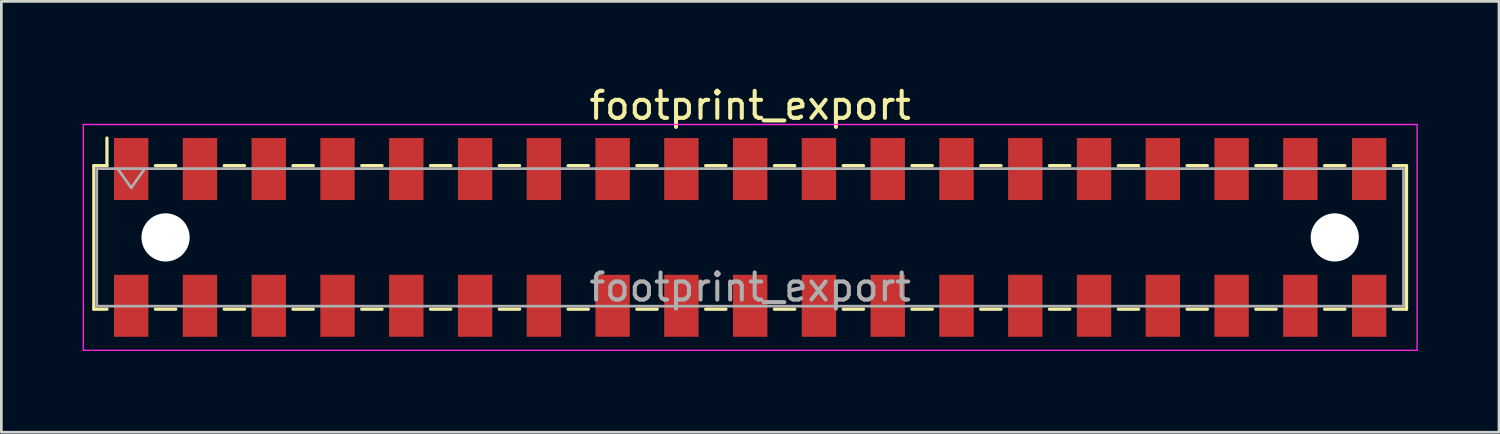
<source format=kicad_pcb>
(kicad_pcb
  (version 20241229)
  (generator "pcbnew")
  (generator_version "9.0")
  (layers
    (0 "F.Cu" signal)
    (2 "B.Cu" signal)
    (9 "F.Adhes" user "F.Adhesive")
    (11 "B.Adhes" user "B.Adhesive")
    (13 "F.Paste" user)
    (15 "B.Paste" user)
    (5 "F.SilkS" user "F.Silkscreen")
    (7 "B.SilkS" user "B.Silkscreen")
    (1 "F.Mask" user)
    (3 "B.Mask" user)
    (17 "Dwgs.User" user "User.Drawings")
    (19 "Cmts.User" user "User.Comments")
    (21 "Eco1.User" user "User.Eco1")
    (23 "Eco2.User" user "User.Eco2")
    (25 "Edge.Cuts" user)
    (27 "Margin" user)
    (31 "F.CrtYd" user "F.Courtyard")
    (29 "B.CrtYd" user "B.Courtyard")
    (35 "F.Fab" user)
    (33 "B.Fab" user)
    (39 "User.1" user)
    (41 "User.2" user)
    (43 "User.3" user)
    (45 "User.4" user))
  (footprint "footprint_export"
    (layer "F.Cu")
    (at 24.655 5.718)
    (property "Reference" "footprint_export" (at 0 -4.87 0) (layer "F.SilkS") (effects (font (size 1 1) (thickness 0.15))))
    (attr smd)
    (fp_line (start -24.24 -2.65) (end -24.24 2.65) (stroke (width 0.12) (type solid)) (layer "F.SilkS"))
    (fp_line (start -24.24 2.65) (end -23.755 2.65) (stroke (width 0.12) (type solid)) (layer "F.SilkS"))
    (fp_line (start -23.755 -3.67) (end -23.755 -2.65) (stroke (width 0.12) (type solid)) (layer "F.SilkS"))
    (fp_line (start -23.755 -2.65) (end -24.24 -2.65) (stroke (width 0.12) (type solid)) (layer "F.SilkS"))
    (fp_line (start -21.965 -2.65) (end -21.215 -2.65) (stroke (width 0.12) (type solid)) (layer "F.SilkS"))
    (fp_line (start -21.965 2.65) (end -21.215 2.65) (stroke (width 0.12) (type solid)) (layer "F.SilkS"))
    (fp_line (start -19.425 -2.65) (end -18.675 -2.65) (stroke (width 0.12) (type solid)) (layer "F.SilkS"))
    (fp_line (start -19.425 2.65) (end -18.675 2.65) (stroke (width 0.12) (type solid)) (layer "F.SilkS"))
    (fp_line (start -16.885 -2.65) (end -16.135 -2.65) (stroke (width 0.12) (type solid)) (layer "F.SilkS"))
    (fp_line (start -16.885 2.65) (end -16.135 2.65) (stroke (width 0.12) (type solid)) (layer "F.SilkS"))
    (fp_line (start -14.345 -2.65) (end -13.595 -2.65) (stroke (width 0.12) (type solid)) (layer "F.SilkS"))
    (fp_line (start -14.345 2.65) (end -13.595 2.65) (stroke (width 0.12) (type solid)) (layer "F.SilkS"))
    (fp_line (start -11.805 -2.65) (end -11.055 -2.65) (stroke (width 0.12) (type solid)) (layer "F.SilkS"))
    (fp_line (start -11.805 2.65) (end -11.055 2.65) (stroke (width 0.12) (type solid)) (layer "F.SilkS"))
    (fp_line (start -9.265 -2.65) (end -8.515 -2.65) (stroke (width 0.12) (type solid)) (layer "F.SilkS"))
    (fp_line (start -9.265 2.65) (end -8.515 2.65) (stroke (width 0.12) (type solid)) (layer "F.SilkS"))
    (fp_line (start -6.725 -2.65) (end -5.975 -2.65) (stroke (width 0.12) (type solid)) (layer "F.SilkS"))
    (fp_line (start -6.725 2.65) (end -5.975 2.65) (stroke (width 0.12) (type solid)) (layer "F.SilkS"))
    (fp_line (start -4.185 -2.65) (end -3.435 -2.65) (stroke (width 0.12) (type solid)) (layer "F.SilkS"))
    (fp_line (start -4.185 2.65) (end -3.435 2.65) (stroke (width 0.12) (type solid)) (layer "F.SilkS"))
    (fp_line (start -1.645 -2.65) (end -0.895 -2.65) (stroke (width 0.12) (type solid)) (layer "F.SilkS"))
    (fp_line (start -1.645 2.65) (end -0.895 2.65) (stroke (width 0.12) (type solid)) (layer "F.SilkS"))
    (fp_line (start 0.895 -2.65) (end 1.645 -2.65) (stroke (width 0.12) (type solid)) (layer "F.SilkS"))
    (fp_line (start 0.895 2.65) (end 1.645 2.65) (stroke (width 0.12) (type solid)) (layer "F.SilkS"))
    (fp_line (start 3.435 -2.65) (end 4.185 -2.65) (stroke (width 0.12) (type solid)) (layer "F.SilkS"))
    (fp_line (start 3.435 2.65) (end 4.185 2.65) (stroke (width 0.12) (type solid)) (layer "F.SilkS"))
    (fp_line (start 5.975 -2.65) (end 6.725 -2.65) (stroke (width 0.12) (type solid)) (layer "F.SilkS"))
    (fp_line (start 5.975 2.65) (end 6.725 2.65) (stroke (width 0.12) (type solid)) (layer "F.SilkS"))
    (fp_line (start 8.515 -2.65) (end 9.265 -2.65) (stroke (width 0.12) (type solid)) (layer "F.SilkS"))
    (fp_line (start 8.515 2.65) (end 9.265 2.65) (stroke (width 0.12) (type solid)) (layer "F.SilkS"))
    (fp_line (start 11.055 -2.65) (end 11.805 -2.65) (stroke (width 0.12) (type solid)) (layer "F.SilkS"))
    (fp_line (start 11.055 2.65) (end 11.805 2.65) (stroke (width 0.12) (type solid)) (layer "F.SilkS"))
    (fp_line (start 13.595 -2.65) (end 14.345 -2.65) (stroke (width 0.12) (type solid)) (layer "F.SilkS"))
    (fp_line (start 13.595 2.65) (end 14.345 2.65) (stroke (width 0.12) (type solid)) (layer "F.SilkS"))
    (fp_line (start 16.135 -2.65) (end 16.885 -2.65) (stroke (width 0.12) (type solid)) (layer "F.SilkS"))
    (fp_line (start 16.135 2.65) (end 16.885 2.65) (stroke (width 0.12) (type solid)) (layer "F.SilkS"))
    (fp_line (start 18.675 -2.65) (end 19.425 -2.65) (stroke (width 0.12) (type solid)) (layer "F.SilkS"))
    (fp_line (start 18.675 2.65) (end 19.425 2.65) (stroke (width 0.12) (type solid)) (layer "F.SilkS"))
    (fp_line (start 21.215 -2.65) (end 21.965 -2.65) (stroke (width 0.12) (type solid)) (layer "F.SilkS"))
    (fp_line (start 21.215 2.65) (end 21.965 2.65) (stroke (width 0.12) (type solid)) (layer "F.SilkS"))
    (fp_line (start 23.755 -2.65) (end 24.24 -2.65) (stroke (width 0.12) (type solid)) (layer "F.SilkS"))
    (fp_line (start 24.24 -2.65) (end 24.24 2.65) (stroke (width 0.12) (type solid)) (layer "F.SilkS"))
    (fp_line (start 24.24 2.65) (end 23.755 2.65) (stroke (width 0.12) (type solid)) (layer "F.SilkS"))
    (fp_line (start -24.63 -4.17) (end 24.63 -4.17) (stroke (width 0.05) (type solid)) (layer "F.CrtYd"))
    (fp_line (start -24.63 4.17) (end -24.63 -4.17) (stroke (width 0.05) (type solid)) (layer "F.CrtYd"))
    (fp_line (start 24.63 -4.17) (end 24.63 4.17) (stroke (width 0.05) (type solid)) (layer "F.CrtYd"))
    (fp_line (start 24.63 4.17) (end -24.63 4.17) (stroke (width 0.05) (type solid)) (layer "F.CrtYd"))
    (fp_line (start -24.13 -2.54) (end 24.13 -2.54) (stroke (width 0.1) (type solid)) (layer "F.Fab"))
    (fp_line (start -24.13 2.54) (end -24.13 -2.54) (stroke (width 0.1) (type solid)) (layer "F.Fab"))
    (fp_line (start -23.36 -2.54) (end -22.86 -1.833) (stroke (width 0.1) (type solid)) (layer "F.Fab"))
    (fp_line (start -22.86 -1.833) (end -22.36 -2.54) (stroke (width 0.1) (type solid)) (layer "F.Fab"))
    (fp_line (start 24.13 -2.54) (end 24.13 2.54) (stroke (width 0.1) (type solid)) (layer "F.Fab"))
    (fp_line (start 24.13 2.54) (end -24.13 2.54) (stroke (width 0.1) (type solid)) (layer "F.Fab"))
    (fp_text user "${REFERENCE}" (at 0 1.84 0) (layer "F.Fab") (effects (font (size 1 1) (thickness 0.15))))
    (pad "" np_thru_hole circle (at -21.59 0) (size 1.78 1.78) (drill 1.78) (layers "*.Cu" "*.Mask"))
    (pad "" np_thru_hole circle (at 21.59 0) (size 1.78 1.78) (drill 1.78) (layers "*.Cu" "*.Mask"))
    (pad "1" smd rect (at -22.86 -2.525) (size 1.27 2.29) (layers "F.Cu" "F.Mask" "F.Paste"))
    (pad "2" smd rect (at -22.86 2.525) (size 1.27 2.29) (layers "F.Cu" "F.Mask" "F.Paste"))
    (pad "3" smd rect (at -20.32 -2.525) (size 1.27 2.29) (layers "F.Cu" "F.Mask" "F.Paste"))
    (pad "4" smd rect (at -20.32 2.525) (size 1.27 2.29) (layers "F.Cu" "F.Mask" "F.Paste"))
    (pad "5" smd rect (at -17.78 -2.525) (size 1.27 2.29) (layers "F.Cu" "F.Mask" "F.Paste"))
    (pad "6" smd rect (at -17.78 2.525) (size 1.27 2.29) (layers "F.Cu" "F.Mask" "F.Paste"))
    (pad "7" smd rect (at -15.24 -2.525) (size 1.27 2.29) (layers "F.Cu" "F.Mask" "F.Paste"))
    (pad "8" smd rect (at -15.24 2.525) (size 1.27 2.29) (layers "F.Cu" "F.Mask" "F.Paste"))
    (pad "9" smd rect (at -12.7 -2.525) (size 1.27 2.29) (layers "F.Cu" "F.Mask" "F.Paste"))
    (pad "10" smd rect (at -12.7 2.525) (size 1.27 2.29) (layers "F.Cu" "F.Mask" "F.Paste"))
    (pad "11" smd rect (at -10.16 -2.525) (size 1.27 2.29) (layers "F.Cu" "F.Mask" "F.Paste"))
    (pad "12" smd rect (at -10.16 2.525) (size 1.27 2.29) (layers "F.Cu" "F.Mask" "F.Paste"))
    (pad "13" smd rect (at -7.62 -2.525) (size 1.27 2.29) (layers "F.Cu" "F.Mask" "F.Paste"))
    (pad "14" smd rect (at -7.62 2.525) (size 1.27 2.29) (layers "F.Cu" "F.Mask" "F.Paste"))
    (pad "15" smd rect (at -5.08 -2.525) (size 1.27 2.29) (layers "F.Cu" "F.Mask" "F.Paste"))
    (pad "16" smd rect (at -5.08 2.525) (size 1.27 2.29) (layers "F.Cu" "F.Mask" "F.Paste"))
    (pad "17" smd rect (at -2.54 -2.525) (size 1.27 2.29) (layers "F.Cu" "F.Mask" "F.Paste"))
    (pad "18" smd rect (at -2.54 2.525) (size 1.27 2.29) (layers "F.Cu" "F.Mask" "F.Paste"))
    (pad "19" smd rect (at 0 -2.525) (size 1.27 2.29) (layers "F.Cu" "F.Mask" "F.Paste"))
    (pad "20" smd rect (at 0 2.525) (size 1.27 2.29) (layers "F.Cu" "F.Mask" "F.Paste"))
    (pad "21" smd rect (at 2.54 -2.525) (size 1.27 2.29) (layers "F.Cu" "F.Mask" "F.Paste"))
    (pad "22" smd rect (at 2.54 2.525) (size 1.27 2.29) (layers "F.Cu" "F.Mask" "F.Paste"))
    (pad "23" smd rect (at 5.08 -2.525) (size 1.27 2.29) (layers "F.Cu" "F.Mask" "F.Paste"))
    (pad "24" smd rect (at 5.08 2.525) (size 1.27 2.29) (layers "F.Cu" "F.Mask" "F.Paste"))
    (pad "25" smd rect (at 7.62 -2.525) (size 1.27 2.29) (layers "F.Cu" "F.Mask" "F.Paste"))
    (pad "26" smd rect (at 7.62 2.525) (size 1.27 2.29) (layers "F.Cu" "F.Mask" "F.Paste"))
    (pad "27" smd rect (at 10.16 -2.525) (size 1.27 2.29) (layers "F.Cu" "F.Mask" "F.Paste"))
    (pad "28" smd rect (at 10.16 2.525) (size 1.27 2.29) (layers "F.Cu" "F.Mask" "F.Paste"))
    (pad "29" smd rect (at 12.7 -2.525) (size 1.27 2.29) (layers "F.Cu" "F.Mask" "F.Paste"))
    (pad "30" smd rect (at 12.7 2.525) (size 1.27 2.29) (layers "F.Cu" "F.Mask" "F.Paste"))
    (pad "31" smd rect (at 15.24 -2.525) (size 1.27 2.29) (layers "F.Cu" "F.Mask" "F.Paste"))
    (pad "32" smd rect (at 15.24 2.525) (size 1.27 2.29) (layers "F.Cu" "F.Mask" "F.Paste"))
    (pad "33" smd rect (at 17.78 -2.525) (size 1.27 2.29) (layers "F.Cu" "F.Mask" "F.Paste"))
    (pad "34" smd rect (at 17.78 2.525) (size 1.27 2.29) (layers "F.Cu" "F.Mask" "F.Paste"))
    (pad "35" smd rect (at 20.32 -2.525) (size 1.27 2.29) (layers "F.Cu" "F.Mask" "F.Paste"))
    (pad "36" smd rect (at 20.32 2.525) (size 1.27 2.29) (layers "F.Cu" "F.Mask" "F.Paste"))
    (pad "37" smd rect (at 22.86 -2.525) (size 1.27 2.29) (layers "F.Cu" "F.Mask" "F.Paste"))
    (pad "38" smd rect (at 22.86 2.525) (size 1.27 2.29) (layers "F.Cu" "F.Mask" "F.Paste")))
  (gr_rect
    (start -3 -3)
    (end 52.31 12.913)
    (stroke (width 0.1) (type default))
    (fill no)
    (layer "Edge.Cuts")))
</source>
